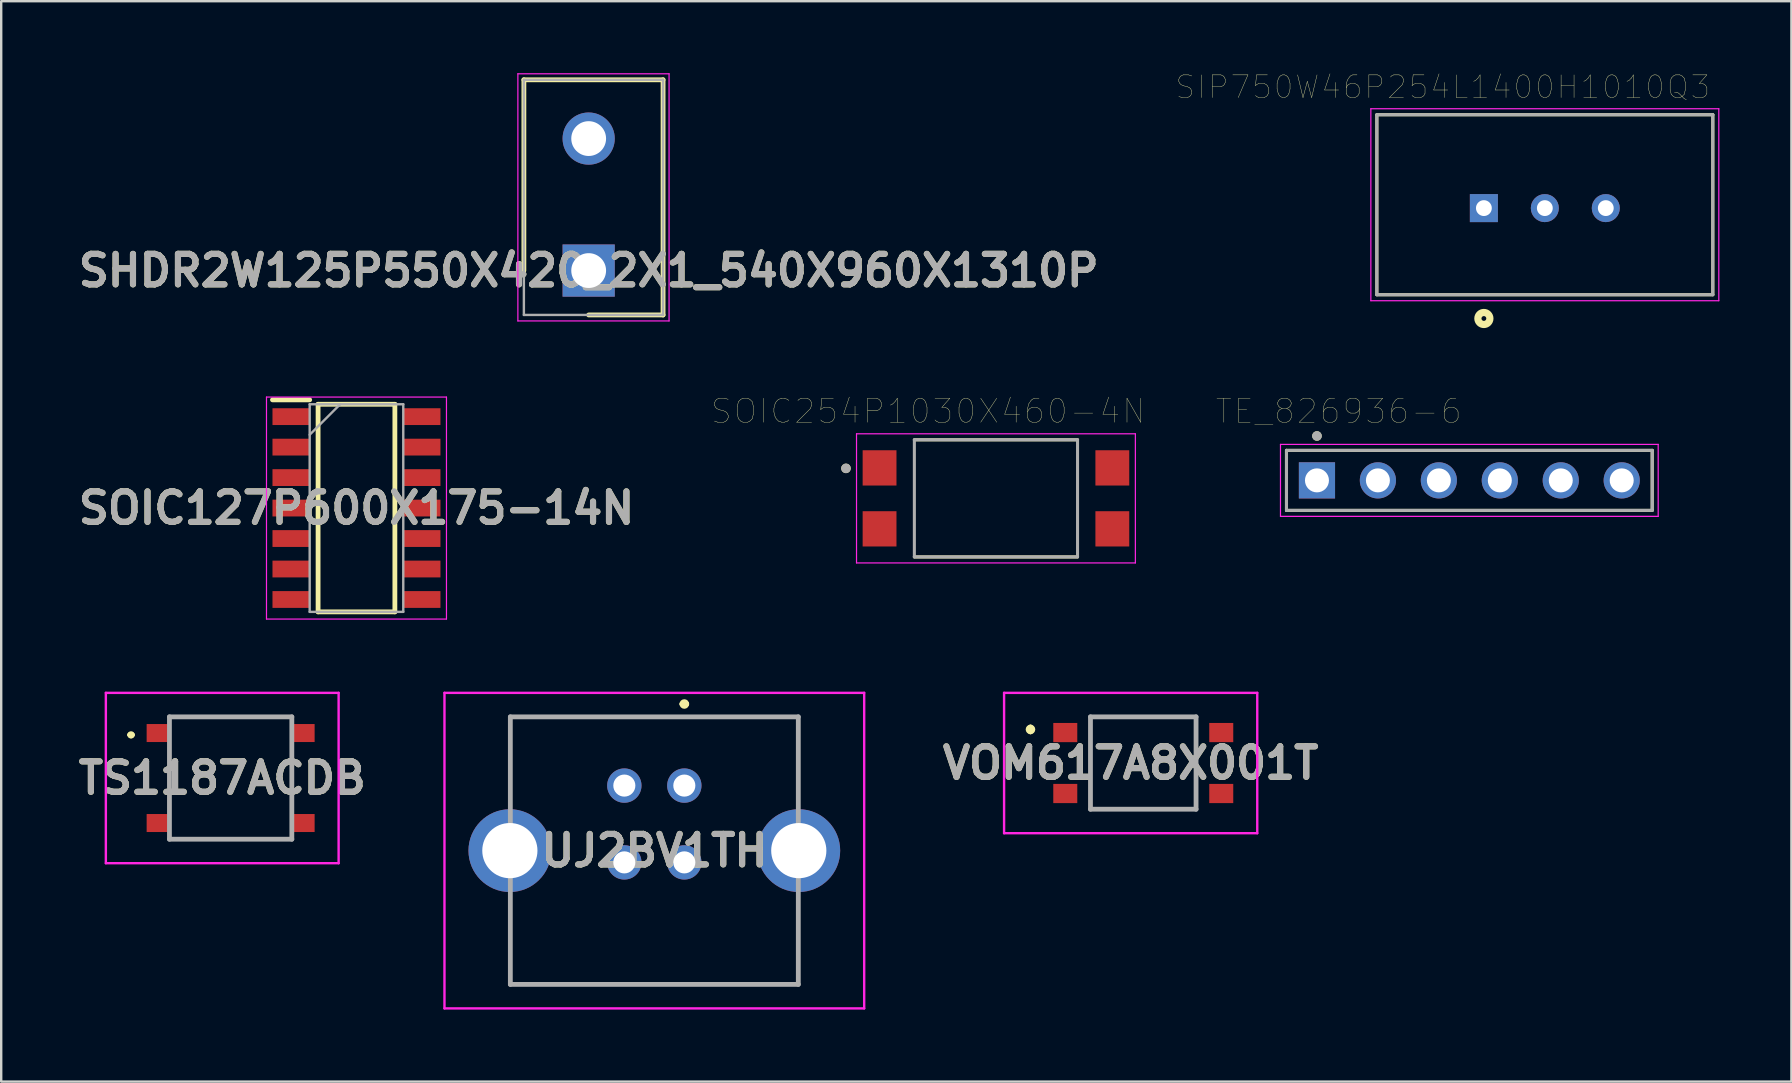
<source format=kicad_pcb>
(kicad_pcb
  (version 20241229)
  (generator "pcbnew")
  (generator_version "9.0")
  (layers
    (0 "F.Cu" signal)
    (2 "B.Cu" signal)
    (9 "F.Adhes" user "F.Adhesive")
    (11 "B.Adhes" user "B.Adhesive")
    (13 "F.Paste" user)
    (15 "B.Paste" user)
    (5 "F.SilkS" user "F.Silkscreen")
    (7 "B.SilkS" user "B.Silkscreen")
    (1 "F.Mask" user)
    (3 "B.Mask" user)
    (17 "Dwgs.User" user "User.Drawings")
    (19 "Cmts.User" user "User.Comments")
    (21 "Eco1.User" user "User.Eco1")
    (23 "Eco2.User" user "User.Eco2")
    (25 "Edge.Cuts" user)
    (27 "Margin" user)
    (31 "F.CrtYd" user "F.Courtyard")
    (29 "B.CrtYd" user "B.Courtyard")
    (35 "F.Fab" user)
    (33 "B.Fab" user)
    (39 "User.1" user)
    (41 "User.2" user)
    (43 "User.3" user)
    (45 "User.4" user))
  (footprint "SOIC254P1030X460-4N"
    (layer "F.Cu")
    (at 38.453 17.718)
    (property "Reference" "SOIC254P1030X460-4N" (at -2.825 -3.635 0) (layer "F.SilkS") (effects (font (size 1 1) (thickness 0.015))))
    (attr through_hole)
    (fp_line (start -3.4 -2.44) (end 3.4 -2.44) (stroke (width 0.127) (type solid)) (layer "F.SilkS"))
    (fp_line (start 3.4 2.44) (end -3.4 2.44) (stroke (width 0.127) (type solid)) (layer "F.SilkS"))
    (fp_circle (center -6.25 -1.25) (end -6.15 -1.25) (stroke (width 0.2) (type solid)) (fill no) (layer "F.SilkS"))
    (fp_line (start -5.81 -2.69) (end 5.81 -2.69) (stroke (width 0.05) (type solid)) (layer "F.CrtYd"))
    (fp_line (start -5.81 2.69) (end -5.81 -2.69) (stroke (width 0.05) (type solid)) (layer "F.CrtYd"))
    (fp_line (start 5.81 -2.69) (end 5.81 2.69) (stroke (width 0.05) (type solid)) (layer "F.CrtYd"))
    (fp_line (start 5.81 2.69) (end -5.81 2.69) (stroke (width 0.05) (type solid)) (layer "F.CrtYd"))
    (fp_line (start -3.4 -2.44) (end -3.4 2.44) (stroke (width 0.127) (type solid)) (layer "F.Fab"))
    (fp_line (start -3.4 2.44) (end 3.4 2.44) (stroke (width 0.127) (type solid)) (layer "F.Fab"))
    (fp_line (start 3.4 -2.44) (end -3.4 -2.44) (stroke (width 0.127) (type solid)) (layer "F.Fab"))
    (fp_line (start 3.4 2.44) (end 3.4 -2.44) (stroke (width 0.127) (type solid)) (layer "F.Fab"))
    (fp_circle (center -6.25 -1.25) (end -6.15 -1.25) (stroke (width 0.2) (type solid)) (fill no) (layer "F.Fab"))
    (pad "1" smd rect (at -4.85 -1.27) (size 1.41 1.47) (layers "F.Cu" "F.Mask" "F.Paste"))
    (pad "2" smd rect (at -4.85 1.27) (size 1.41 1.47) (layers "F.Cu" "F.Mask" "F.Paste"))
    (pad "3" smd rect (at 4.85 1.27) (size 1.41 1.47) (layers "F.Cu" "F.Mask" "F.Paste"))
    (pad "4" smd rect (at 4.85 -1.27) (size 1.41 1.47) (layers "F.Cu" "F.Mask" "F.Paste")))
  (footprint "UJ2BV1TH"
    (layer "F.Cu")
    (at 25.467 29.687)
    (property "Reference" "UJ2BV1TH" (at -1.25 2.71 0) (layer "F.SilkS") (effects (font (size 1.27 1.27) (thickness 0.254))))
    (attr through_hole)
    (fp_line (start -7.27 0.71) (end -7.25 -2.865) (stroke (width 0.1) (type solid)) (layer "F.SilkS"))
    (fp_line (start -7.27 8.285) (end 4.75 8.285) (stroke (width 0.1) (type solid)) (layer "F.SilkS"))
    (fp_line (start -7.25 -2.865) (end 4.75 -2.865) (stroke (width 0.1) (type solid)) (layer "F.SilkS"))
    (fp_line (start -7.25 4.71) (end -7.27 8.285) (stroke (width 0.1) (type solid)) (layer "F.SilkS"))
    (fp_line (start -0.1 -3.4) (end -0.1 -3.4) (stroke (width 0.2) (type solid)) (layer "F.SilkS"))
    (fp_line (start 0.1 -3.4) (end 0.1 -3.4) (stroke (width 0.2) (type solid)) (layer "F.SilkS"))
    (fp_line (start 4.75 -2.865) (end 4.75 0.71) (stroke (width 0.1) (type solid)) (layer "F.SilkS"))
    (fp_line (start 4.75 8.285) (end 4.75 4.71) (stroke (width 0.1) (type solid)) (layer "F.SilkS"))
    (fp_arc (start -0.1 -3.4) (mid 0 -3.5) (end 0.1 -3.4) (stroke (width 0.2) (type solid)) (layer "F.SilkS"))
    (fp_arc (start 0.1 -3.4) (mid 0 -3.3) (end -0.1 -3.4) (stroke (width 0.2) (type solid)) (layer "F.SilkS"))
    (fp_line (start -9.995 -3.865) (end 7.495 -3.865) (stroke (width 0.1) (type solid)) (layer "F.CrtYd"))
    (fp_line (start -9.995 9.285) (end -9.995 -3.865) (stroke (width 0.1) (type solid)) (layer "F.CrtYd"))
    (fp_line (start 7.495 -3.865) (end 7.495 9.285) (stroke (width 0.1) (type solid)) (layer "F.CrtYd"))
    (fp_line (start 7.495 9.285) (end -9.995 9.285) (stroke (width 0.1) (type solid)) (layer "F.CrtYd"))
    (fp_line (start -7.25 -2.865) (end 4.75 -2.865) (stroke (width 0.2) (type solid)) (layer "F.Fab"))
    (fp_line (start -7.25 8.285) (end -7.25 -2.865) (stroke (width 0.2) (type solid)) (layer "F.Fab"))
    (fp_line (start 4.75 -2.865) (end 4.75 8.285) (stroke (width 0.2) (type solid)) (layer "F.Fab"))
    (fp_line (start 4.75 8.285) (end -7.25 8.285) (stroke (width 0.2) (type solid)) (layer "F.Fab"))
    (fp_text user "${REFERENCE}" (at -1.25 2.71 0) (layer "F.Fab") (effects (font (size 1.27 1.27) (thickness 0.254))))
    (pad "1" thru_hole circle (at 0 0) (size 1.431 1.431) (drill 0.92) (layers "*.Cu" "*.Mask"))
    (pad "2" thru_hole circle (at -2.5 0) (size 1.431 1.431) (drill 0.92) (layers "*.Cu" "*.Mask"))
    (pad "3" thru_hole circle (at -2.5 3.2) (size 1.431 1.431) (drill 0.92) (layers "*.Cu" "*.Mask"))
    (pad "4" thru_hole circle (at 0 3.2) (size 1.431 1.431) (drill 0.92) (layers "*.Cu" "*.Mask"))
    (pad "5" thru_hole circle (at -7.27 2.71) (size 3.45 3.45) (drill 2.3) (layers "*.Cu" "*.Mask"))
    (pad "6" thru_hole circle (at 4.77 2.71) (size 3.45 3.45) (drill 2.3) (layers "*.Cu" "*.Mask")))
  (footprint "SHDR2W125P550X420_2X1_540X960X1310P"
    (layer "F.Cu")
    (at 21.481 8.225)
    (property "Reference" "SHDR2W125P550X420_2X1_540X960X1310P" (at 0 0 0) (layer "F.SilkS") (effects (font (size 1.27 1.27) (thickness 0.254))))
    (attr through_hole)
    (fp_line (start -2.7 -7.95) (end -2.7 0) (stroke (width 0.2) (type solid)) (layer "F.SilkS"))
    (fp_line (start 0 1.85) (end 3.1 1.85) (stroke (width 0.2) (type solid)) (layer "F.SilkS"))
    (fp_line (start 3.1 -7.95) (end -2.7 -7.95) (stroke (width 0.2) (type solid)) (layer "F.SilkS"))
    (fp_line (start 3.1 1.85) (end 3.1 -7.95) (stroke (width 0.2) (type solid)) (layer "F.SilkS"))
    (fp_line (start -2.95 -8.2) (end 3.35 -8.2) (stroke (width 0.05) (type solid)) (layer "F.CrtYd"))
    (fp_line (start -2.95 2.1) (end -2.95 -8.2) (stroke (width 0.05) (type solid)) (layer "F.CrtYd"))
    (fp_line (start 3.35 -8.2) (end 3.35 2.1) (stroke (width 0.05) (type solid)) (layer "F.CrtYd"))
    (fp_line (start 3.35 2.1) (end -2.95 2.1) (stroke (width 0.05) (type solid)) (layer "F.CrtYd"))
    (fp_line (start -2.7 -7.95) (end 3.1 -7.95) (stroke (width 0.1) (type solid)) (layer "F.Fab"))
    (fp_line (start -2.7 1.85) (end -2.7 -7.95) (stroke (width 0.1) (type solid)) (layer "F.Fab"))
    (fp_line (start 3.1 -7.95) (end 3.1 1.85) (stroke (width 0.1) (type solid)) (layer "F.Fab"))
    (fp_line (start 3.1 1.85) (end -2.7 1.85) (stroke (width 0.1) (type solid)) (layer "F.Fab"))
    (fp_text user "${REFERENCE}" (at 0 0 0) (layer "F.Fab") (effects (font (size 1.27 1.27) (thickness 0.254))))
    (pad "1" thru_hole rect (at 0 0) (size 2.175 2.175) (drill 1.45) (layers "*.Cu" "*.Mask"))
    (pad "2" thru_hole circle (at 0 -5.5) (size 2.175 2.175) (drill 1.45) (layers "*.Cu" "*.Mask")))
  (footprint "VOM617A8X001T"
    (layer "F.Cu")
    (at 43.817 28.747)
    (property "Reference" "VOM617A8X001T" (at 0.25 0 0) (layer "F.SilkS") (effects (font (size 1.27 1.27) (thickness 0.254))))
    (attr smd)
    (fp_line (start -3.925 -1.5) (end -3.925 -1.5) (stroke (width 0.2) (type solid)) (layer "F.SilkS"))
    (fp_line (start -3.925 -1.3) (end -3.925 -1.3) (stroke (width 0.2) (type solid)) (layer "F.SilkS"))
    (fp_line (start -1.425 -1.925) (end 2.975 -1.925) (stroke (width 0.1) (type solid)) (layer "F.SilkS"))
    (fp_line (start -1.425 1.925) (end -1.425 -1.925) (stroke (width 0.1) (type solid)) (layer "F.SilkS"))
    (fp_line (start 2.975 -1.925) (end 2.975 1.925) (stroke (width 0.1) (type solid)) (layer "F.SilkS"))
    (fp_line (start 2.975 1.925) (end -1.425 1.925) (stroke (width 0.1) (type solid)) (layer "F.SilkS"))
    (fp_arc (start -3.925 -1.5) (mid -3.825 -1.4) (end -3.925 -1.3) (stroke (width 0.2) (type solid)) (layer "F.SilkS"))
    (fp_arc (start -3.925 -1.3) (mid -4.025 -1.4) (end -3.925 -1.5) (stroke (width 0.2) (type solid)) (layer "F.SilkS"))
    (fp_line (start -5.025 -2.925) (end 5.525 -2.925) (stroke (width 0.1) (type solid)) (layer "F.CrtYd"))
    (fp_line (start -5.025 2.925) (end -5.025 -2.925) (stroke (width 0.1) (type solid)) (layer "F.CrtYd"))
    (fp_line (start 5.525 -2.925) (end 5.525 2.925) (stroke (width 0.1) (type solid)) (layer "F.CrtYd"))
    (fp_line (start 5.525 2.925) (end -5.025 2.925) (stroke (width 0.1) (type solid)) (layer "F.CrtYd"))
    (fp_line (start -1.425 -1.925) (end 2.975 -1.925) (stroke (width 0.2) (type solid)) (layer "F.Fab"))
    (fp_line (start -1.425 1.925) (end -1.425 -1.925) (stroke (width 0.2) (type solid)) (layer "F.Fab"))
    (fp_line (start 2.975 -1.925) (end 2.975 1.925) (stroke (width 0.2) (type solid)) (layer "F.Fab"))
    (fp_line (start 2.975 1.925) (end -1.425 1.925) (stroke (width 0.2) (type solid)) (layer "F.Fab"))
    (fp_text user "${REFERENCE}" (at 0.25 0 0) (layer "F.Fab") (effects (font (size 1.27 1.27) (thickness 0.254))))
    (pad "1" smd rect (at -2.475 -1.27 90) (size 0.8 1) (layers "F.Cu" "F.Mask" "F.Paste"))
    (pad "2" smd rect (at -2.475 1.27 90) (size 0.8 1) (layers "F.Cu" "F.Mask" "F.Paste"))
    (pad "3" smd rect (at 4.025 1.27 90) (size 0.8 1) (layers "F.Cu" "F.Mask" "F.Paste"))
    (pad "4" smd rect (at 4.025 -1.27 90) (size 0.8 1) (layers "F.Cu" "F.Mask" "F.Paste")))
  (footprint "SOIC127P600X175-14N"
    (layer "F.Cu")
    (at 11.805 18.122)
    (property "Reference" "SOIC127P600X175-14N" (at 0 0 0) (layer "F.SilkS") (effects (font (size 1.27 1.27) (thickness 0.254))))
    (attr smd)
    (fp_line (start -3.5 -4.51) (end -1.95 -4.51) (stroke (width 0.2) (type solid)) (layer "F.SilkS"))
    (fp_line (start -1.6 -4.325) (end 1.6 -4.325) (stroke (width 0.2) (type solid)) (layer "F.SilkS"))
    (fp_line (start -1.6 4.325) (end -1.6 -4.325) (stroke (width 0.2) (type solid)) (layer "F.SilkS"))
    (fp_line (start 1.6 -4.325) (end 1.6 4.325) (stroke (width 0.2) (type solid)) (layer "F.SilkS"))
    (fp_line (start 1.6 4.325) (end -1.6 4.325) (stroke (width 0.2) (type solid)) (layer "F.SilkS"))
    (fp_line (start -3.75 -4.625) (end 3.75 -4.625) (stroke (width 0.05) (type solid)) (layer "F.CrtYd"))
    (fp_line (start -3.75 4.625) (end -3.75 -4.625) (stroke (width 0.05) (type solid)) (layer "F.CrtYd"))
    (fp_line (start 3.75 -4.625) (end 3.75 4.625) (stroke (width 0.05) (type solid)) (layer "F.CrtYd"))
    (fp_line (start 3.75 4.625) (end -3.75 4.625) (stroke (width 0.05) (type solid)) (layer "F.CrtYd"))
    (fp_line (start -1.95 -4.325) (end 1.95 -4.325) (stroke (width 0.1) (type solid)) (layer "F.Fab"))
    (fp_line (start -1.95 -3.055) (end -0.68 -4.325) (stroke (width 0.1) (type solid)) (layer "F.Fab"))
    (fp_line (start -1.95 4.325) (end -1.95 -4.325) (stroke (width 0.1) (type solid)) (layer "F.Fab"))
    (fp_line (start 1.95 -4.325) (end 1.95 4.325) (stroke (width 0.1) (type solid)) (layer "F.Fab"))
    (fp_line (start 1.95 4.325) (end -1.95 4.325) (stroke (width 0.1) (type solid)) (layer "F.Fab"))
    (fp_text user "${REFERENCE}" (at 0 0 0) (layer "F.Fab") (effects (font (size 1.27 1.27) (thickness 0.254))))
    (pad "1" smd rect (at -2.725 -3.81 90) (size 0.7 1.55) (layers "F.Cu" "F.Mask" "F.Paste"))
    (pad "2" smd rect (at -2.725 -2.54 90) (size 0.7 1.55) (layers "F.Cu" "F.Mask" "F.Paste"))
    (pad "3" smd rect (at -2.725 -1.27 90) (size 0.7 1.55) (layers "F.Cu" "F.Mask" "F.Paste"))
    (pad "4" smd rect (at -2.725 0 90) (size 0.7 1.55) (layers "F.Cu" "F.Mask" "F.Paste"))
    (pad "5" smd rect (at -2.725 1.27 90) (size 0.7 1.55) (layers "F.Cu" "F.Mask" "F.Paste"))
    (pad "6" smd rect (at -2.725 2.54 90) (size 0.7 1.55) (layers "F.Cu" "F.Mask" "F.Paste"))
    (pad "7" smd rect (at -2.725 3.81 90) (size 0.7 1.55) (layers "F.Cu" "F.Mask" "F.Paste"))
    (pad "8" smd rect (at 2.725 3.81 90) (size 0.7 1.55) (layers "F.Cu" "F.Mask" "F.Paste"))
    (pad "9" smd rect (at 2.725 2.54 90) (size 0.7 1.55) (layers "F.Cu" "F.Mask" "F.Paste"))
    (pad "10" smd rect (at 2.725 1.27 90) (size 0.7 1.55) (layers "F.Cu" "F.Mask" "F.Paste"))
    (pad "11" smd rect (at 2.725 0 90) (size 0.7 1.55) (layers "F.Cu" "F.Mask" "F.Paste"))
    (pad "12" smd rect (at 2.725 -1.27 90) (size 0.7 1.55) (layers "F.Cu" "F.Mask" "F.Paste"))
    (pad "13" smd rect (at 2.725 -2.54 90) (size 0.7 1.55) (layers "F.Cu" "F.Mask" "F.Paste"))
    (pad "14" smd rect (at 2.725 -3.81 90) (size 0.7 1.55) (layers "F.Cu" "F.Mask" "F.Paste")))
  (footprint "TS1187ACDB"
    (layer "F.Cu")
    (at 6.561 29.372)
    (property "Reference" "TS1187ACDB" (at -0.35 0 0) (layer "F.SilkS") (effects (font (size 1.27 1.27) (thickness 0.254))))
    (attr smd)
    (fp_line (start -4.2 -1.8) (end -4.2 -1.8) (stroke (width 0.2) (type solid)) (layer "F.SilkS"))
    (fp_line (start -4.2 -1.8) (end -4.2 -1.8) (stroke (width 0.2) (type solid)) (layer "F.SilkS"))
    (fp_line (start -4.1 -1.8) (end -4.1 -1.8) (stroke (width 0.2) (type solid)) (layer "F.SilkS"))
    (fp_line (start -2.55 -1) (end -2.55 -1) (stroke (width 0.1) (type solid)) (layer "F.SilkS"))
    (fp_line (start -2.55 -1) (end -2.55 1) (stroke (width 0.1) (type solid)) (layer "F.SilkS"))
    (fp_line (start -2.55 1) (end -2.55 -1) (stroke (width 0.1) (type solid)) (layer "F.SilkS"))
    (fp_line (start -2.55 1) (end -2.55 1) (stroke (width 0.1) (type solid)) (layer "F.SilkS"))
    (fp_line (start -2 -2.55) (end -2 -2.55) (stroke (width 0.1) (type solid)) (layer "F.SilkS"))
    (fp_line (start -2 -2.55) (end 2 -2.55) (stroke (width 0.1) (type solid)) (layer "F.SilkS"))
    (fp_line (start -2 2.55) (end -2 2.55) (stroke (width 0.1) (type solid)) (layer "F.SilkS"))
    (fp_line (start -2 2.55) (end 2 2.55) (stroke (width 0.1) (type solid)) (layer "F.SilkS"))
    (fp_line (start 2 -2.55) (end -2 -2.55) (stroke (width 0.1) (type solid)) (layer "F.SilkS"))
    (fp_line (start 2 -2.55) (end 2 -2.55) (stroke (width 0.1) (type solid)) (layer "F.SilkS"))
    (fp_line (start 2 2.55) (end -2 2.55) (stroke (width 0.1) (type solid)) (layer "F.SilkS"))
    (fp_line (start 2 2.55) (end 2 2.55) (stroke (width 0.1) (type solid)) (layer "F.SilkS"))
    (fp_line (start 2.55 -1) (end 2.55 -1) (stroke (width 0.1) (type solid)) (layer "F.SilkS"))
    (fp_line (start 2.55 -1) (end 2.55 1) (stroke (width 0.1) (type solid)) (layer "F.SilkS"))
    (fp_line (start 2.55 1) (end 2.55 -1) (stroke (width 0.1) (type solid)) (layer "F.SilkS"))
    (fp_line (start 2.55 1) (end 2.55 1) (stroke (width 0.1) (type solid)) (layer "F.SilkS"))
    (fp_arc (start -4.2 -1.8) (mid -4.15 -1.85) (end -4.1 -1.8) (stroke (width 0.2) (type solid)) (layer "F.SilkS"))
    (fp_arc (start -4.1 -1.8) (mid -4.15 -1.75) (end -4.2 -1.8) (stroke (width 0.2) (type solid)) (layer "F.SilkS"))
    (fp_arc (start -4.1 -1.8) (mid -4.15 -1.75) (end -4.2 -1.8) (stroke (width 0.2) (type solid)) (layer "F.SilkS"))
    (fp_line (start -5.2 -3.55) (end 4.5 -3.55) (stroke (width 0.1) (type solid)) (layer "F.CrtYd"))
    (fp_line (start -5.2 3.55) (end -5.2 -3.55) (stroke (width 0.1) (type solid)) (layer "F.CrtYd"))
    (fp_line (start 4.5 -3.55) (end 4.5 3.55) (stroke (width 0.1) (type solid)) (layer "F.CrtYd"))
    (fp_line (start 4.5 3.55) (end -5.2 3.55) (stroke (width 0.1) (type solid)) (layer "F.CrtYd"))
    (fp_line (start -2.55 -2.55) (end -2.55 2.55) (stroke (width 0.2) (type solid)) (layer "F.Fab"))
    (fp_line (start -2.55 2.55) (end 2.55 2.55) (stroke (width 0.2) (type solid)) (layer "F.Fab"))
    (fp_line (start 2.55 -2.55) (end -2.55 -2.55) (stroke (width 0.2) (type solid)) (layer "F.Fab"))
    (fp_line (start 2.55 2.55) (end 2.55 -2.55) (stroke (width 0.2) (type solid)) (layer "F.Fab"))
    (fp_text user "${REFERENCE}" (at -0.35 0 0) (layer "F.Fab") (effects (font (size 1.27 1.27) (thickness 0.254))))
    (pad "A1" smd rect (at -3 -1.875 90) (size 0.75 1) (layers "F.Cu" "F.Mask" "F.Paste"))
    (pad "B1" smd rect (at 3 -1.875 90) (size 0.75 1) (layers "F.Cu" "F.Mask" "F.Paste"))
    (pad "C1" smd rect (at -3 1.875 90) (size 0.75 1) (layers "F.Cu" "F.Mask" "F.Paste"))
    (pad "D1" smd rect (at 3 1.875 90) (size 0.75 1) (layers "F.Cu" "F.Mask" "F.Paste")))
  (footprint "SIP750W46P254L1400H1010Q3"
    (layer "F.Cu")
    (at 58.786 5.622)
    (property "Reference" "SIP750W46P254L1400H1010Q3" (at -1.71 -5.043 0) (layer "F.SilkS") (effects (font (size 0.945 0.945) (thickness 0.015))))
    (attr through_hole)
    (fp_line (start -4.46 -3.89) (end -4.46 3.61) (stroke (width 0.127) (type solid)) (layer "F.SilkS"))
    (fp_line (start -4.46 3.61) (end 9.54 3.61) (stroke (width 0.127) (type solid)) (layer "F.SilkS"))
    (fp_line (start 9.54 -3.89) (end -4.46 -3.89) (stroke (width 0.127) (type solid)) (layer "F.SilkS"))
    (fp_line (start 9.54 3.61) (end 9.54 -3.89) (stroke (width 0.127) (type solid)) (layer "F.SilkS"))
    (fp_circle (center 0 4.6) (end 0.1 4.6) (stroke (width 0.3) (type solid)) (fill no) (layer "F.SilkS"))
    (fp_line (start -4.71 -4.14) (end 9.79 -4.14) (stroke (width 0.05) (type solid)) (layer "F.CrtYd"))
    (fp_line (start -4.71 3.86) (end -4.71 -4.14) (stroke (width 0.05) (type solid)) (layer "F.CrtYd"))
    (fp_line (start 9.79 -4.14) (end 9.79 3.86) (stroke (width 0.05) (type solid)) (layer "F.CrtYd"))
    (fp_line (start 9.79 3.86) (end -4.71 3.86) (stroke (width 0.05) (type solid)) (layer "F.CrtYd"))
    (fp_line (start -4.46 -3.89) (end -4.46 3.61) (stroke (width 0.127) (type solid)) (layer "F.Fab"))
    (fp_line (start -4.46 3.61) (end 9.54 3.61) (stroke (width 0.127) (type solid)) (layer "F.Fab"))
    (fp_line (start 9.54 -3.89) (end -4.46 -3.89) (stroke (width 0.127) (type solid)) (layer "F.Fab"))
    (fp_line (start 9.54 3.61) (end 9.54 -3.89) (stroke (width 0.127) (type solid)) (layer "F.Fab"))
    (pad "1" thru_hole rect (at 0 0) (size 1.168 1.168) (drill 0.66) (layers "*.Cu" "*.Mask"))
    (pad "2" thru_hole circle (at 2.54 0) (size 1.168 1.168) (drill 0.66) (layers "*.Cu" "*.Mask"))
    (pad "3" thru_hole circle (at 5.08 0) (size 1.168 1.168) (drill 0.66) (layers "*.Cu" "*.Mask")))
  (footprint "TE_826936-6"
    (layer "F.Cu")
    (at 58.18 16.968)
    (property "Reference" "TE_826936-6" (at -5.445 -2.885 0) (layer "F.SilkS") (effects (font (size 1 1) (thickness 0.015))))
    (attr through_hole)
    (fp_line (start -7.62 -1.25) (end 7.62 -1.25) (stroke (width 0.127) (type solid)) (layer "F.SilkS"))
    (fp_line (start -7.62 1.25) (end -7.62 -1.25) (stroke (width 0.127) (type solid)) (layer "F.SilkS"))
    (fp_line (start 7.62 -1.25) (end 7.62 1.25) (stroke (width 0.127) (type solid)) (layer "F.SilkS"))
    (fp_line (start 7.62 1.25) (end -7.62 1.25) (stroke (width 0.127) (type solid)) (layer "F.SilkS"))
    (fp_circle (center -6.35 -1.85) (end -6.25 -1.85) (stroke (width 0.2) (type solid)) (fill no) (layer "F.SilkS"))
    (fp_line (start -7.87 -1.5) (end 7.87 -1.5) (stroke (width 0.05) (type solid)) (layer "F.CrtYd"))
    (fp_line (start -7.87 1.5) (end -7.87 -1.5) (stroke (width 0.05) (type solid)) (layer "F.CrtYd"))
    (fp_line (start 7.87 -1.5) (end 7.87 1.5) (stroke (width 0.05) (type solid)) (layer "F.CrtYd"))
    (fp_line (start 7.87 1.5) (end -7.87 1.5) (stroke (width 0.05) (type solid)) (layer "F.CrtYd"))
    (fp_line (start -7.62 -1.25) (end 7.62 -1.25) (stroke (width 0.127) (type solid)) (layer "F.Fab"))
    (fp_line (start -7.62 1.25) (end -7.62 -1.25) (stroke (width 0.127) (type solid)) (layer "F.Fab"))
    (fp_line (start 7.62 -1.25) (end 7.62 1.25) (stroke (width 0.127) (type solid)) (layer "F.Fab"))
    (fp_line (start 7.62 1.25) (end -7.62 1.25) (stroke (width 0.127) (type solid)) (layer "F.Fab"))
    (fp_circle (center -6.35 -1.85) (end -6.25 -1.85) (stroke (width 0.2) (type solid)) (fill no) (layer "F.Fab"))
    (pad "1" thru_hole rect (at -6.35 0) (size 1.508 1.508) (drill 1) (layers "*.Cu" "*.Mask"))
    (pad "2" thru_hole circle (at -3.81 0) (size 1.508 1.508) (drill 1) (layers "*.Cu" "*.Mask"))
    (pad "3" thru_hole circle (at -1.27 0) (size 1.508 1.508) (drill 1) (layers "*.Cu" "*.Mask"))
    (pad "4" thru_hole circle (at 1.27 0) (size 1.508 1.508) (drill 1) (layers "*.Cu" "*.Mask"))
    (pad "5" thru_hole circle (at 3.81 0) (size 1.508 1.508) (drill 1) (layers "*.Cu" "*.Mask"))
    (pad "6" thru_hole circle (at 6.35 0) (size 1.508 1.508) (drill 1) (layers "*.Cu" "*.Mask")))
  (gr_rect
    (start -3 -3)
    (end 71.601 42.022)
    (stroke (width 0.1) (type default))
    (fill no)
    (layer "Edge.Cuts")))
</source>
